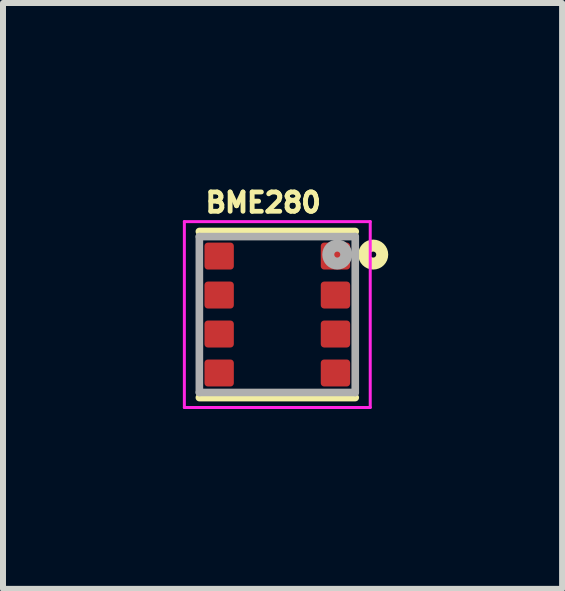
<source format=kicad_pcb>
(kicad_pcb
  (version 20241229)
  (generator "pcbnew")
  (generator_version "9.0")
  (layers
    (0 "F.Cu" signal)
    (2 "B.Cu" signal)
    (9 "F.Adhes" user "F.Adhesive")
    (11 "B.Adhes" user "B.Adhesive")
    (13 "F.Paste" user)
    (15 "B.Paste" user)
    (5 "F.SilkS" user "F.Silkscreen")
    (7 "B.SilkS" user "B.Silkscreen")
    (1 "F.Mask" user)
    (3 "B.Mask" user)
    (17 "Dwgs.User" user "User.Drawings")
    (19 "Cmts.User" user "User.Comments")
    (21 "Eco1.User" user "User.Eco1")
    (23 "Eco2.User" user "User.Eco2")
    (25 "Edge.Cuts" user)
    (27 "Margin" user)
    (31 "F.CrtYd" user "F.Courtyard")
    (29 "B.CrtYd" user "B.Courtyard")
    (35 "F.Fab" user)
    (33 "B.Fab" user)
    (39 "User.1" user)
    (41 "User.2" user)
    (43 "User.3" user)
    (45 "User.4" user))
  (footprint "BME280"
    (layer "F.Cu")
    (at 1.575 2.196)
    (property "Reference" "BME280" (at -0.235 -1.867 0) (layer "F.SilkS") (effects (font (size 0.322 0.322) (thickness 0.15))))
    (attr smd)
    (fp_line (start -1.3 -1.385) (end 1.3 -1.385) (stroke (width 0.127) (type solid)) (layer "F.SilkS"))
    (fp_line (start -1.3 1.385) (end 1.3 1.385) (stroke (width 0.127) (type solid)) (layer "F.SilkS"))
    (fp_circle (center 1.6 -1) (end 1.65 -1) (stroke (width 0.2) (type solid)) (fill no) (layer "F.SilkS"))
    (fp_line (start -1.55 -1.55) (end 1.55 -1.55) (stroke (width 0.05) (type solid)) (layer "F.CrtYd"))
    (fp_line (start -1.55 1.55) (end -1.55 -1.55) (stroke (width 0.05) (type solid)) (layer "F.CrtYd"))
    (fp_line (start 1.55 -1.55) (end 1.55 1.55) (stroke (width 0.05) (type solid)) (layer "F.CrtYd"))
    (fp_line (start 1.55 1.55) (end -1.55 1.55) (stroke (width 0.05) (type solid)) (layer "F.CrtYd"))
    (fp_line (start -1.3 -1.3) (end -1.3 1.3) (stroke (width 0.127) (type solid)) (layer "F.Fab"))
    (fp_line (start -1.3 1.3) (end 1.3 1.3) (stroke (width 0.127) (type solid)) (layer "F.Fab"))
    (fp_line (start 1.3 -1.3) (end -1.3 -1.3) (stroke (width 0.127) (type solid)) (layer "F.Fab"))
    (fp_line (start 1.3 1.3) (end 1.3 -1.3) (stroke (width 0.127) (type solid)) (layer "F.Fab"))
    (fp_circle (center 1 -1) (end 1.05 -1) (stroke (width 0.2) (type solid)) (fill no) (layer "F.Fab"))
    (pad "1" smd roundrect (at 0.97 -0.975) (size 0.49 0.45) (layers "F.Cu" "F.Mask" "F.Paste") (roundrect_rratio 0.125))
    (pad "2" smd roundrect (at 0.97 -0.325) (size 0.49 0.45) (layers "F.Cu" "F.Mask" "F.Paste") (roundrect_rratio 0.125))
    (pad "3" smd roundrect (at 0.97 0.325) (size 0.49 0.45) (layers "F.Cu" "F.Mask" "F.Paste") (roundrect_rratio 0.125))
    (pad "4" smd roundrect (at 0.97 0.975) (size 0.49 0.45) (layers "F.Cu" "F.Mask" "F.Paste") (roundrect_rratio 0.125))
    (pad "5" smd roundrect (at -0.97 0.975) (size 0.49 0.45) (layers "F.Cu" "F.Mask" "F.Paste") (roundrect_rratio 0.125))
    (pad "6" smd roundrect (at -0.97 0.325) (size 0.49 0.45) (layers "F.Cu" "F.Mask" "F.Paste") (roundrect_rratio 0.125))
    (pad "7" smd roundrect (at -0.97 -0.325) (size 0.49 0.45) (layers "F.Cu" "F.Mask" "F.Paste") (roundrect_rratio 0.125))
    (pad "8" smd roundrect (at -0.97 -0.975) (size 0.49 0.45) (layers "F.Cu" "F.Mask" "F.Paste") (roundrect_rratio 0.125)))
  (gr_rect
    (start -3 -3)
    (end 6.325 6.771)
    (stroke (width 0.1) (type default))
    (fill no)
    (layer "Edge.Cuts")))
</source>
